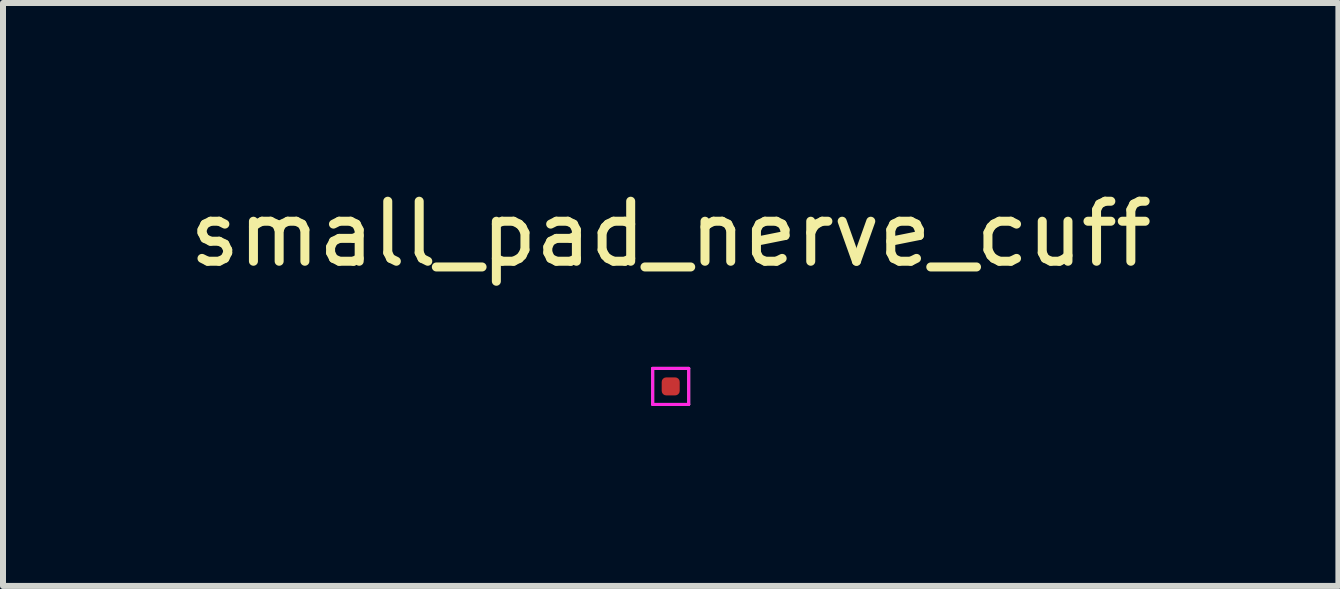
<source format=kicad_pcb>
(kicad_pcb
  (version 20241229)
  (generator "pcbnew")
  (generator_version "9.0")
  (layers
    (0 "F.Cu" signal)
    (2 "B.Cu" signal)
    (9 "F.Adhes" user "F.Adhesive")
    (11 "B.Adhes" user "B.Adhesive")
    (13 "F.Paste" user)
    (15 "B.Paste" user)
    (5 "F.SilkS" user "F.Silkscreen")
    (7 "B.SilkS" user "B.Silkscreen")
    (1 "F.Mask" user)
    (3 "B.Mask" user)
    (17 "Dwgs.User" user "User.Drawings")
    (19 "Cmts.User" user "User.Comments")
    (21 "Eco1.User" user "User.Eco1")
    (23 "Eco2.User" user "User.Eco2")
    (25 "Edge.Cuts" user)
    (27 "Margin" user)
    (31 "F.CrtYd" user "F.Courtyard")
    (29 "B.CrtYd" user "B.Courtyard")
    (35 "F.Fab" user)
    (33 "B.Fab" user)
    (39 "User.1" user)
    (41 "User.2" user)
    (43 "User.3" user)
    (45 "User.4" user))
  (footprint "small_pad_nerve_cuff"
    (layer "F.Cu")
    (at 8.125 3.388)
    (property "Reference" "small_pad_nerve_cuff" (at 0 -2.54 0) (layer "F.SilkS") (effects (font (size 1 1) (thickness 0.15))))
    (attr exclude_from_pos_files exclude_from_bom)
    (fp_line (start -0.3 -0.3) (end -0.3 0.3) (stroke (width 0.05) (type solid)) (layer "F.CrtYd"))
    (fp_line (start -0.3 0.3) (end 0.3 0.3) (stroke (width 0.05) (type solid)) (layer "F.CrtYd"))
    (fp_line (start 0.3 -0.3) (end -0.3 -0.3) (stroke (width 0.05) (type solid)) (layer "F.CrtYd"))
    (fp_line (start 0.3 0.3) (end 0.3 -0.3) (stroke (width 0.05) (type solid)) (layer "F.CrtYd"))
    (fp_line (start -0.3 -0.3) (end 0.3 -0.3) (stroke (width 0.05) (type solid)) (layer "F.Fab"))
    (fp_line (start -0.3 0.3) (end -0.3 -0.3) (stroke (width 0.05) (type solid)) (layer "F.Fab"))
    (fp_line (start 0.3 -0.3) (end 0.3 0.3) (stroke (width 0.05) (type solid)) (layer "F.Fab"))
    (fp_line (start 0.3 0.3) (end -0.3 0.3) (stroke (width 0.05) (type solid)) (layer "F.Fab"))
    (pad "1" smd roundrect (at 0 0) (size 0.3 0.3) (layers "F.Cu" "F.Mask" "F.Paste") (roundrect_rratio 0.25)))
  (gr_rect
    (start -3 -3)
    (end 19.25 6.713)
    (stroke (width 0.1) (type default))
    (fill no)
    (layer "Edge.Cuts")))
</source>
